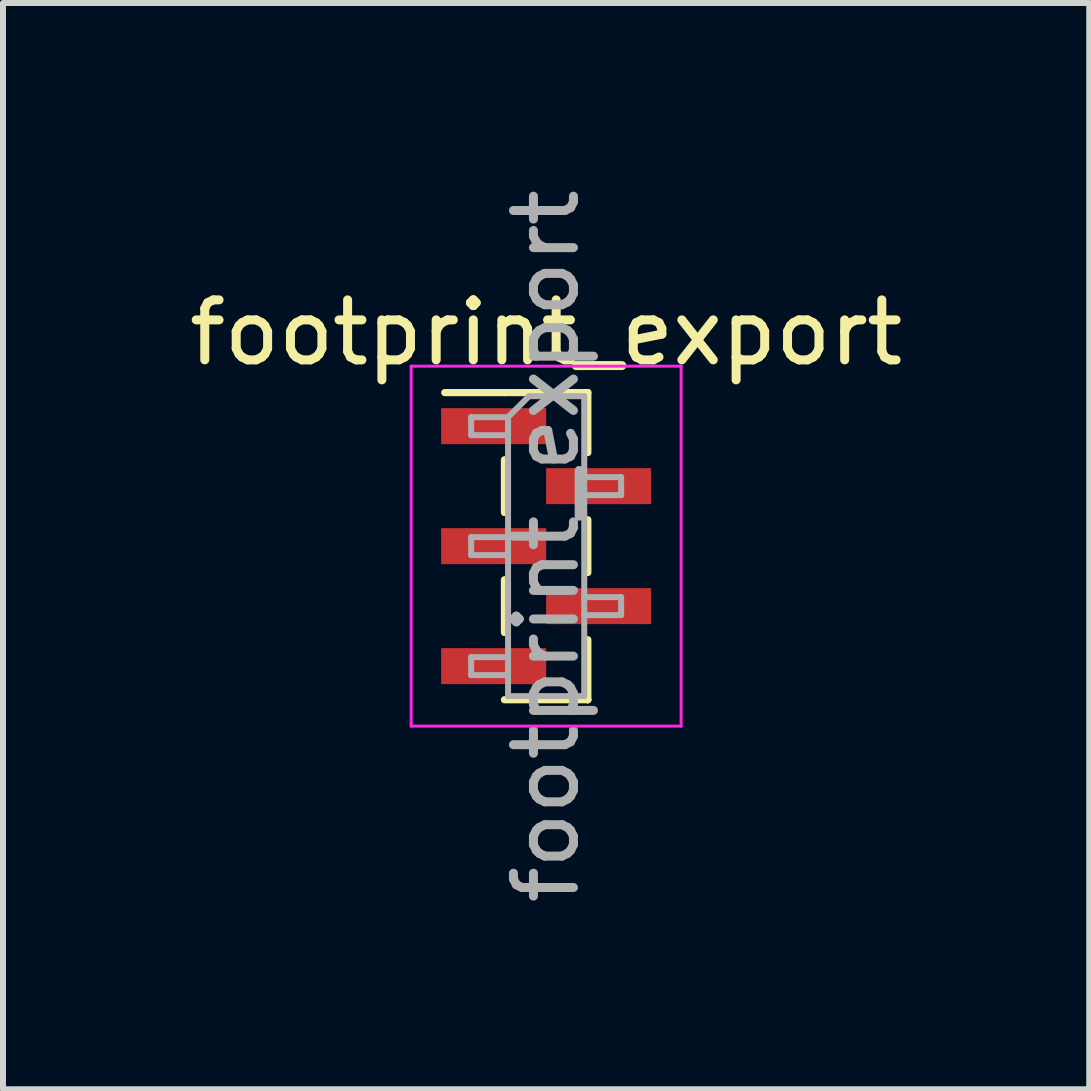
<source format=kicad_pcb>
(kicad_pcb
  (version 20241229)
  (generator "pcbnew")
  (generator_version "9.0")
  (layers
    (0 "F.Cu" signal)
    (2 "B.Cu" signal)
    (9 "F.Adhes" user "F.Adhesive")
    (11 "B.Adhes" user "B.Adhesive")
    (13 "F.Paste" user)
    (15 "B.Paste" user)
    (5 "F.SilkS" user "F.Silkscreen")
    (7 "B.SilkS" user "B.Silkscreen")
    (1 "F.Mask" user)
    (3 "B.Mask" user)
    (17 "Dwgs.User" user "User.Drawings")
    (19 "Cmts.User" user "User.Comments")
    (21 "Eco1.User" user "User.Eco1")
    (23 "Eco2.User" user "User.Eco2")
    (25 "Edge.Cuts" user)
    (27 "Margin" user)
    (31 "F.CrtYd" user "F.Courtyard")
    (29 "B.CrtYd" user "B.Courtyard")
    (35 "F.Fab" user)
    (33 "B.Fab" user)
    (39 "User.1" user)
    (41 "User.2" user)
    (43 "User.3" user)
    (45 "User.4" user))
  (footprint "footprint_export"
    (layer "F.Cu")
    (at 6.054 6.054)
    (property "Reference" "footprint_export" (at 0 -3.56 0) (layer "F.SilkS") (effects (font (size 1 1) (thickness 0.15))))
    (attr smd)
    (fp_line (start -0.695 -2.56) (end -1.69 -2.56) (stroke (width 0.12) (type solid)) (layer "F.SilkS"))
    (fp_line (start -0.695 -2.56) (end -0.695 -2.56) (stroke (width 0.12) (type solid)) (layer "F.SilkS"))
    (fp_line (start -0.695 -2.56) (end 0.695 -2.56) (stroke (width 0.12) (type solid)) (layer "F.SilkS"))
    (fp_line (start -0.695 -1.44) (end -0.695 -0.56) (stroke (width 0.12) (type solid)) (layer "F.SilkS"))
    (fp_line (start -0.695 0.56) (end -0.695 1.44) (stroke (width 0.12) (type solid)) (layer "F.SilkS"))
    (fp_line (start -0.695 2.56) (end 0.695 2.56) (stroke (width 0.12) (type solid)) (layer "F.SilkS"))
    (fp_line (start 0.695 -2.56) (end 0.695 -1.56) (stroke (width 0.12) (type solid)) (layer "F.SilkS"))
    (fp_line (start 0.695 -0.44) (end 0.695 0.44) (stroke (width 0.12) (type solid)) (layer "F.SilkS"))
    (fp_line (start 0.695 1.56) (end 0.695 2.56) (stroke (width 0.12) (type solid)) (layer "F.SilkS"))
    (fp_line (start 0.695 2.56) (end 0.695 2.56) (stroke (width 0.12) (type solid)) (layer "F.SilkS"))
    (fp_line (start -2.25 -3) (end -2.25 3) (stroke (width 0.05) (type solid)) (layer "F.CrtYd"))
    (fp_line (start -2.25 3) (end 2.25 3) (stroke (width 0.05) (type solid)) (layer "F.CrtYd"))
    (fp_line (start 2.25 -3) (end -2.25 -3) (stroke (width 0.05) (type solid)) (layer "F.CrtYd"))
    (fp_line (start 2.25 3) (end 2.25 -3) (stroke (width 0.05) (type solid)) (layer "F.CrtYd"))
    (fp_line (start -1.25 -2.15) (end -1.25 -1.85) (stroke (width 0.1) (type solid)) (layer "F.Fab"))
    (fp_line (start -1.25 -1.85) (end -0.635 -1.85) (stroke (width 0.1) (type solid)) (layer "F.Fab"))
    (fp_line (start -1.25 -0.15) (end -1.25 0.15) (stroke (width 0.1) (type solid)) (layer "F.Fab"))
    (fp_line (start -1.25 0.15) (end -0.635 0.15) (stroke (width 0.1) (type solid)) (layer "F.Fab"))
    (fp_line (start -1.25 1.85) (end -1.25 2.15) (stroke (width 0.1) (type solid)) (layer "F.Fab"))
    (fp_line (start -1.25 2.15) (end -0.635 2.15) (stroke (width 0.1) (type solid)) (layer "F.Fab"))
    (fp_line (start -0.635 -2.15) (end -1.25 -2.15) (stroke (width 0.1) (type solid)) (layer "F.Fab"))
    (fp_line (start -0.635 -2.15) (end -0.285 -2.5) (stroke (width 0.1) (type solid)) (layer "F.Fab"))
    (fp_line (start -0.635 -0.15) (end -1.25 -0.15) (stroke (width 0.1) (type solid)) (layer "F.Fab"))
    (fp_line (start -0.635 1.85) (end -1.25 1.85) (stroke (width 0.1) (type solid)) (layer "F.Fab"))
    (fp_line (start -0.635 2.5) (end -0.635 -2.15) (stroke (width 0.1) (type solid)) (layer "F.Fab"))
    (fp_line (start -0.285 -2.5) (end 0.635 -2.5) (stroke (width 0.1) (type solid)) (layer "F.Fab"))
    (fp_line (start 0.635 -2.5) (end 0.635 2.5) (stroke (width 0.1) (type solid)) (layer "F.Fab"))
    (fp_line (start 0.635 -1.15) (end 1.25 -1.15) (stroke (width 0.1) (type solid)) (layer "F.Fab"))
    (fp_line (start 0.635 0.85) (end 1.25 0.85) (stroke (width 0.1) (type solid)) (layer "F.Fab"))
    (fp_line (start 0.635 2.5) (end -0.635 2.5) (stroke (width 0.1) (type solid)) (layer "F.Fab"))
    (fp_line (start 1.25 -1.15) (end 1.25 -0.85) (stroke (width 0.1) (type solid)) (layer "F.Fab"))
    (fp_line (start 1.25 -0.85) (end 0.635 -0.85) (stroke (width 0.1) (type solid)) (layer "F.Fab"))
    (fp_line (start 1.25 0.85) (end 1.25 1.15) (stroke (width 0.1) (type solid)) (layer "F.Fab"))
    (fp_line (start 1.25 1.15) (end 0.635 1.15) (stroke (width 0.1) (type solid)) (layer "F.Fab"))
    (fp_text user "${REFERENCE}" (at 0 0 90) (layer "F.Fab") (effects (font (size 1 1) (thickness 0.15))))
    (pad "1" smd rect (at -0.875 -2) (size 1.75 0.6) (layers "F.Cu" "F.Mask" "F.Paste"))
    (pad "2" smd rect (at 0.875 -1) (size 1.75 0.6) (layers "F.Cu" "F.Mask" "F.Paste"))
    (pad "3" smd rect (at -0.875 0) (size 1.75 0.6) (layers "F.Cu" "F.Mask" "F.Paste"))
    (pad "4" smd rect (at 0.875 1) (size 1.75 0.6) (layers "F.Cu" "F.Mask" "F.Paste"))
    (pad "5" smd rect (at -0.875 2) (size 1.75 0.6) (layers "F.Cu" "F.Mask" "F.Paste")))
  (gr_rect
    (start -3 -3)
    (end 15.107 15.107)
    (stroke (width 0.1) (type default))
    (fill no)
    (layer "Edge.Cuts")))
</source>
